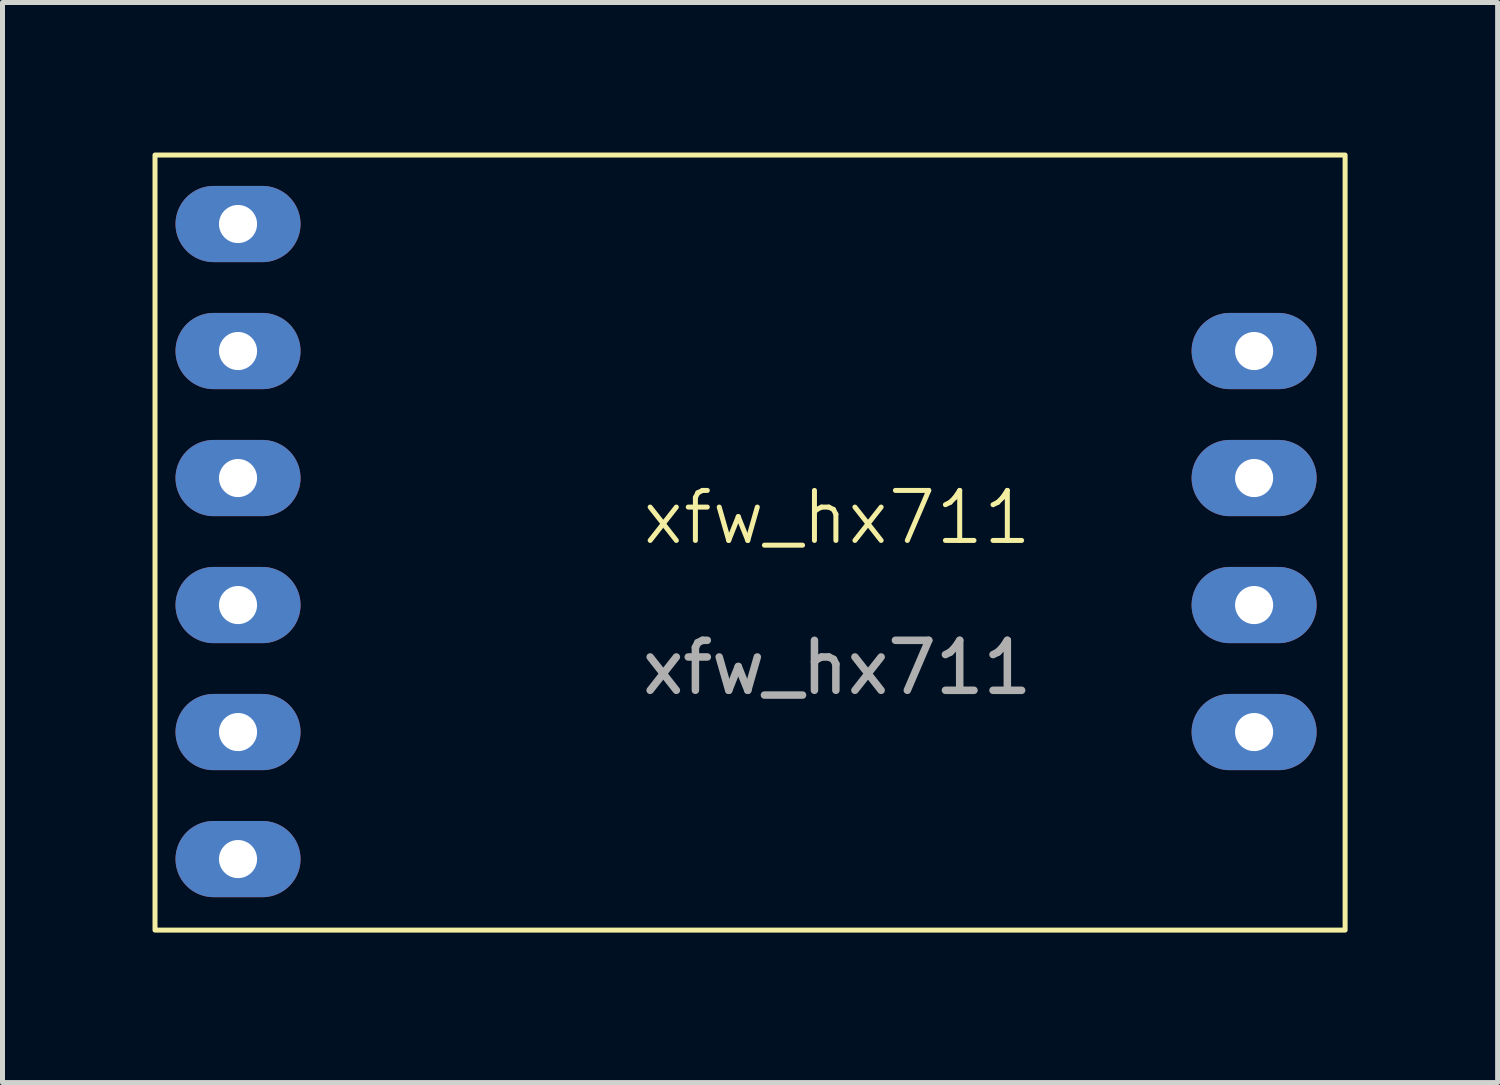
<source format=kicad_pcb>
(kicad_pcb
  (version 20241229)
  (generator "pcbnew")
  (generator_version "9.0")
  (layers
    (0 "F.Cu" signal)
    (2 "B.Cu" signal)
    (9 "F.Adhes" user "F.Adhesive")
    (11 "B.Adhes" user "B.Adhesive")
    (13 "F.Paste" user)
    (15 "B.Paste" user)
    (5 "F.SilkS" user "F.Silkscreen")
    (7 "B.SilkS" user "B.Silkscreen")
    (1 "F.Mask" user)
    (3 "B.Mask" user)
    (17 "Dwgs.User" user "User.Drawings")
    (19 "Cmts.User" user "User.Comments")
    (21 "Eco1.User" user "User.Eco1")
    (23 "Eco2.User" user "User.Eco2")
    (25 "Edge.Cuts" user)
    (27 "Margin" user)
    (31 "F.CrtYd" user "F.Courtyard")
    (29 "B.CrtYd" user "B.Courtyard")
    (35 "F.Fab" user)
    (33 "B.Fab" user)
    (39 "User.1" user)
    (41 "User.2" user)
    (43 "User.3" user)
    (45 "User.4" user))
  (footprint "xfw_hx711"
    (layer "F.Cu")
    (at 13.69 7.8)
    (property "Reference" "xfw_hx711" (at 0 -0.5 0) (unlocked yes) (layer "F.SilkS") (effects (font (size 1 1) (thickness 0.1))))
    (attr through_hole)
    (fp_rect (start -13.64 -7.75) (end 10.16 7.75) (stroke (width 0.1) (type default)) (fill no) (layer "F.SilkS"))
    (fp_text user "${REFERENCE}" (at 0 2.5 0) (unlocked yes) (layer "F.Fab") (effects (font (size 1 1) (thickness 0.15))))
    (pad "1" thru_hole oval (at -11.98 -6.37) (size 2.5 1.524) (drill 0.762) (layers "*.Cu" "*.Mask"))
    (pad "2" thru_hole oval (at -11.98 -3.83) (size 2.5 1.524) (drill 0.762) (layers "*.Cu" "*.Mask"))
    (pad "3" thru_hole oval (at -11.98 -1.29) (size 2.5 1.524) (drill 0.762) (layers "*.Cu" "*.Mask"))
    (pad "4" thru_hole oval (at -11.98 1.25) (size 2.5 1.524) (drill 0.762) (layers "*.Cu" "*.Mask"))
    (pad "5" thru_hole oval (at -11.98 3.79) (size 2.5 1.524) (drill 0.762) (layers "*.Cu" "*.Mask"))
    (pad "6" thru_hole oval (at -11.98 6.33) (size 2.5 1.524) (drill 0.762) (layers "*.Cu" "*.Mask"))
    (pad "7" thru_hole oval (at 8.34 -3.83) (size 2.5 1.524) (drill 0.762) (layers "*.Cu" "*.Mask"))
    (pad "8" thru_hole oval (at 8.34 -1.29) (size 2.5 1.524) (drill 0.762) (layers "*.Cu" "*.Mask"))
    (pad "9" thru_hole oval (at 8.34 1.25) (size 2.5 1.524) (drill 0.762) (layers "*.Cu" "*.Mask"))
    (pad "10" thru_hole oval (at 8.34 3.79) (size 2.5 1.524) (drill 0.762) (layers "*.Cu" "*.Mask")))
  (gr_rect
    (start -3 -3)
    (end 26.9 18.6)
    (stroke (width 0.1) (type default))
    (fill no)
    (layer "Edge.Cuts")))
</source>
